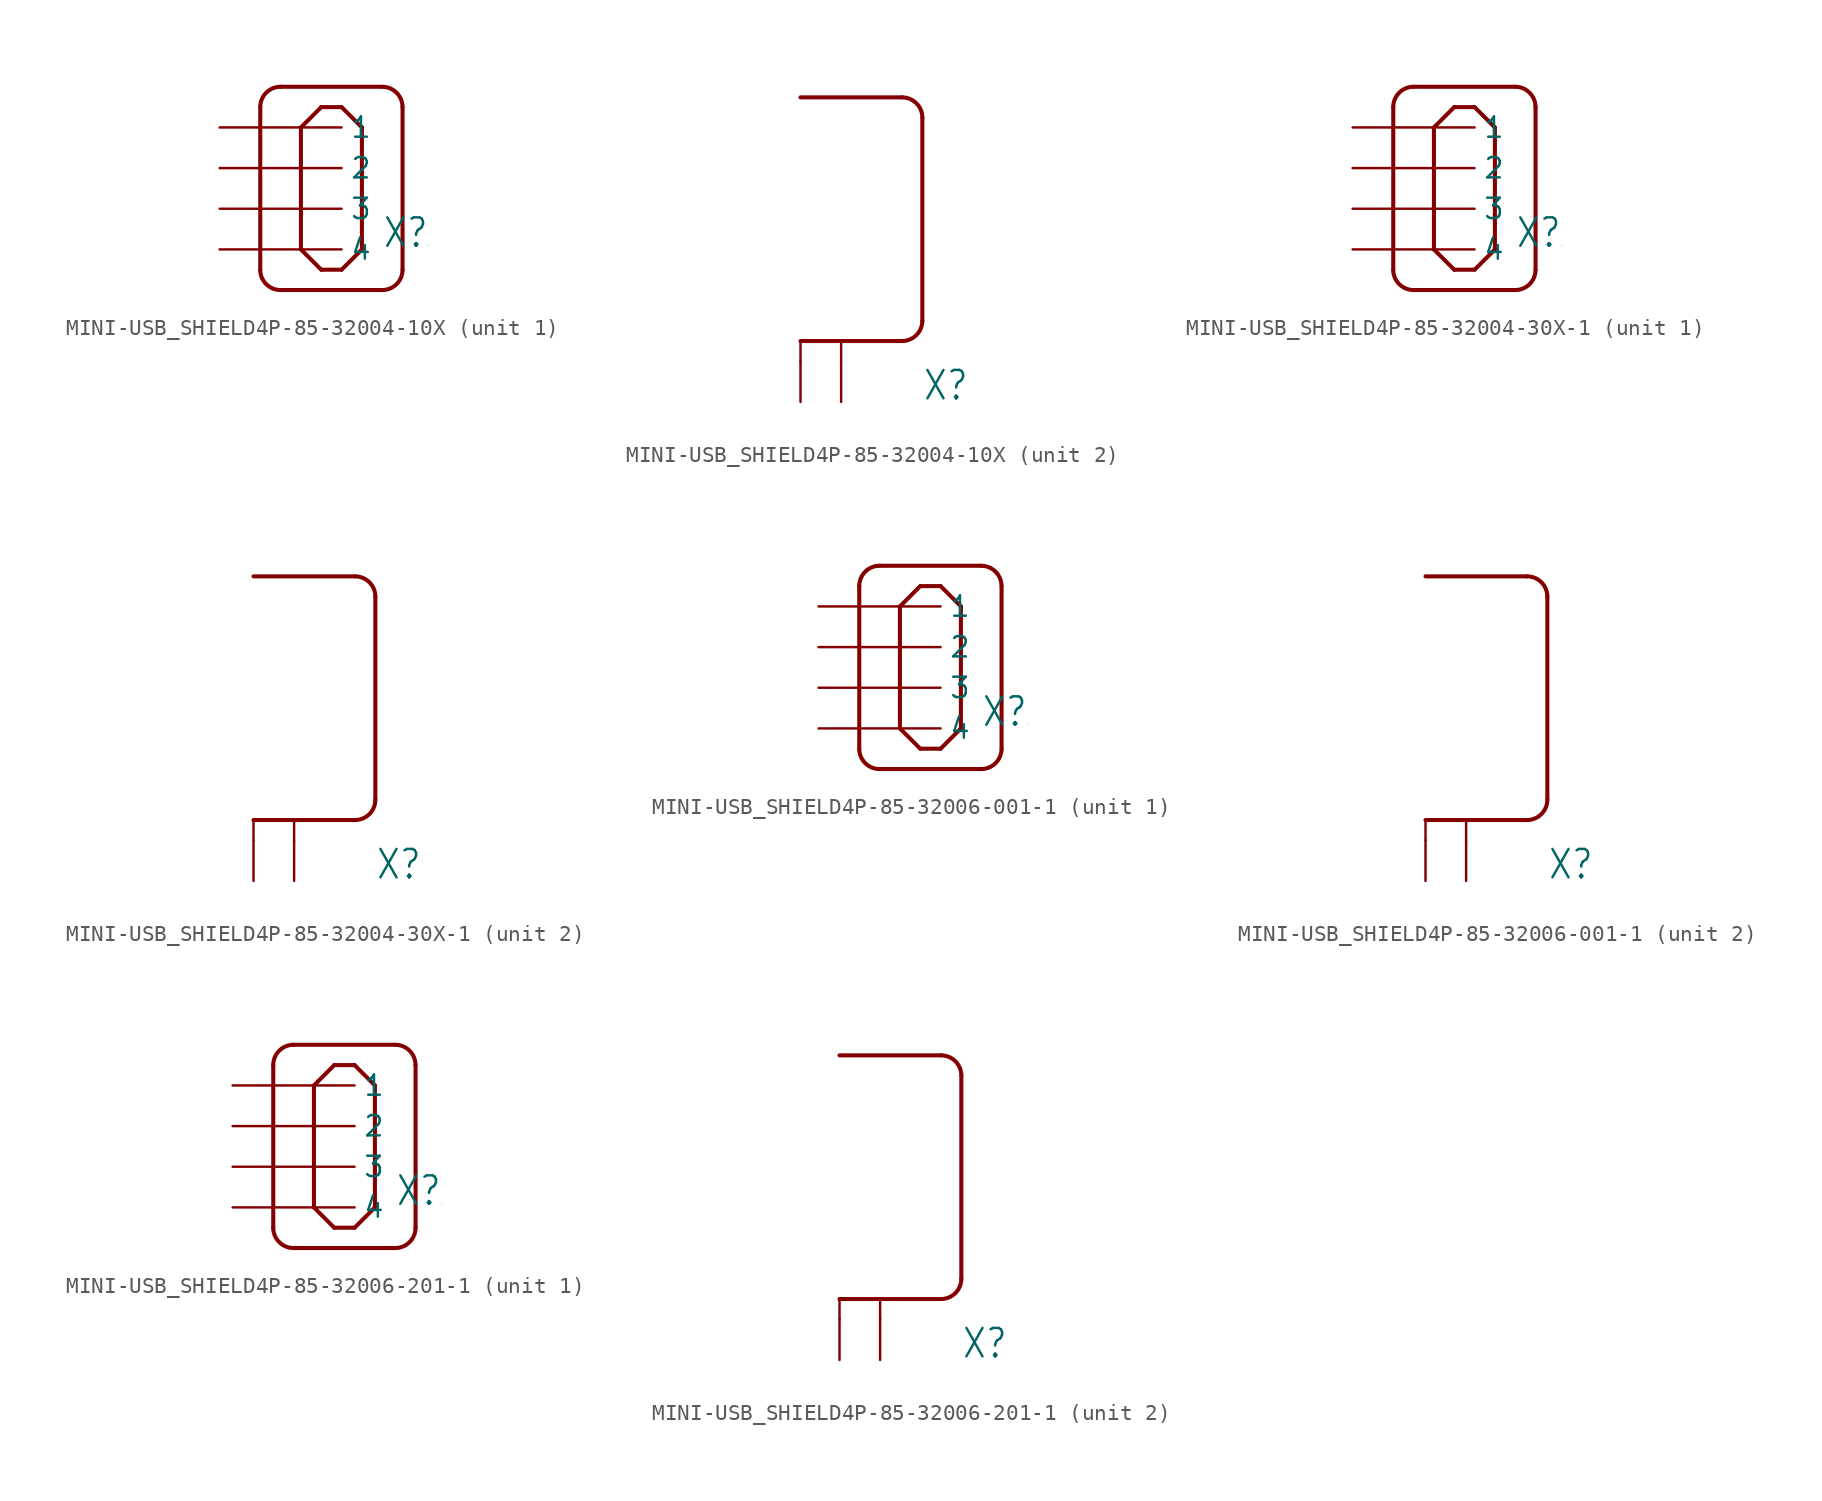
<source format=kicad_sym>
(kicad_symbol_lib
  (version 20231120)
  (generator "kicad_symbol_editor")
  (generator_version "8.0")
  (symbol "MINI-USB_SHIELD4P-85-32004-10X"
    (property "Reference" "X"
      (at 5.08 -2.54 0)
      (effects (font (size 1.778 1.511)) (justify left bottom)))
    (property "ki_locked" ""
      (at 0 0 0)
      (effects (font (size 1.27 1.27))))
    (symbol "MINI-USB_SHIELD4P-85-32004-10X_1_0"
      (arc (start -2.54 -3.81) (mid -2.168 -4.708) (end -1.27 -5.08) (stroke (width 0.254) (type solid)) (fill (type none)))
      (arc (start -1.27 7.62) (mid -2.168 7.248) (end -2.54 6.35) (stroke (width 0.254) (type solid)) (fill (type none)))
      (polyline (pts (xy -2.54 6.35) (xy -2.54 -3.81)) (stroke (width 0.254) (type solid)) (fill (type none)))
      (polyline (pts (xy -1.27 -5.08) (xy 5.08 -5.08)) (stroke (width 0.254) (type solid)) (fill (type none)))
      (polyline (pts (xy -1.27 7.62) (xy 5.08 7.62)) (stroke (width 0.254) (type solid)) (fill (type none)))
      (polyline (pts (xy 0 -2.54) (xy 1.27 -3.81)) (stroke (width 0.254) (type solid)) (fill (type none)))
      (polyline (pts (xy 0 5.08) (xy 0 -2.54)) (stroke (width 0.254) (type solid)) (fill (type none)))
      (polyline (pts (xy 1.27 -3.81) (xy 2.54 -3.81)) (stroke (width 0.254) (type solid)) (fill (type none)))
      (polyline (pts (xy 1.27 6.35) (xy 0 5.08)) (stroke (width 0.254) (type solid)) (fill (type none)))
      (polyline (pts (xy 2.54 -3.81) (xy 3.81 -2.54)) (stroke (width 0.254) (type solid)) (fill (type none)))
      (polyline (pts (xy 2.54 6.35) (xy 1.27 6.35)) (stroke (width 0.254) (type solid)) (fill (type none)))
      (polyline (pts (xy 2.54 6.35) (xy 3.81 5.08)) (stroke (width 0.254) (type solid)) (fill (type none)))
      (polyline (pts (xy 3.81 -2.54) (xy 3.81 5.08)) (stroke (width 0.254) (type solid)) (fill (type none)))
      (polyline (pts (xy 6.35 -3.81) (xy 6.35 6.35)) (stroke (width 0.254) (type solid)) (fill (type none)))
      (arc (start 5.08 -5.08) (mid 5.978 -4.708) (end 6.35 -3.81) (stroke (width 0.254) (type solid)) (fill (type none)))
      (arc (start 6.35 6.35) (mid 5.978 7.248) (end 5.08 7.62) (stroke (width 0.254) (type solid)) (fill (type none)))
      (pin passive line (at -5.08 5.08 0) (length 7.62) (name "1" (effects (font (size 1.27 1.27)))) (number "1" (effects (font (size 0 0)))))
      (pin passive line (at -5.08 2.54 0) (length 7.62) (name "2" (effects (font (size 1.27 1.27)))) (number "2" (effects (font (size 0 0)))))
      (pin passive line (at -5.08 0 0) (length 7.62) (name "3" (effects (font (size 1.27 1.27)))) (number "3" (effects (font (size 0 0)))))
      (pin passive line (at -5.08 -2.54 0) (length 7.62) (name "4" (effects (font (size 1.27 1.27)))) (number "4" (effects (font (size 0 0))))))
    (symbol "MINI-USB_SHIELD4P-85-32004-10X_2_0"
      (polyline (pts (xy -2.54 0) (xy -2.54 1.27)) (stroke (width 0.152) (type solid)) (fill (type none)))
      (polyline (pts (xy -2.54 1.27) (xy 0 1.27)) (stroke (width 0.254) (type solid)) (fill (type none)))
      (polyline (pts (xy -2.54 16.51) (xy 3.81 16.51)) (stroke (width 0.254) (type solid)) (fill (type none)))
      (polyline (pts (xy 0 0) (xy 0 1.27)) (stroke (width 0.152) (type solid)) (fill (type none)))
      (polyline (pts (xy 0 1.27) (xy 3.81 1.27)) (stroke (width 0.254) (type solid)) (fill (type none)))
      (polyline (pts (xy 5.08 2.54) (xy 5.08 15.24)) (stroke (width 0.254) (type solid)) (fill (type none)))
      (arc (start 3.81 1.27) (mid 4.708 1.642) (end 5.08 2.54) (stroke (width 0.254) (type solid)) (fill (type none)))
      (arc (start 5.08 15.24) (mid 4.708 16.138) (end 3.81 16.51) (stroke (width 0.254) (type solid)) (fill (type none)))
      (pin passive line (at -2.54 -2.54 90) (length 2.54) (name "S1" (effects (font (size 0 0)))) (number "M1" (effects (font (size 0 0)))))
      (pin passive line (at 0 -2.54 90) (length 2.54) (name "S2" (effects (font (size 0 0)))) (number "M2" (effects (font (size 0 0)))))))
  (symbol "MINI-USB_SHIELD4P-85-32004-30X-1"
    (property "Reference" "X"
      (at 5.08 -2.54 0)
      (effects (font (size 1.778 1.511)) (justify left bottom)))
    (property "ki_locked" ""
      (at 0 0 0)
      (effects (font (size 1.27 1.27))))
    (symbol "MINI-USB_SHIELD4P-85-32004-30X-1_1_0"
      (arc (start -2.54 -3.81) (mid -2.168 -4.708) (end -1.27 -5.08) (stroke (width 0.254) (type solid)) (fill (type none)))
      (arc (start -1.27 7.62) (mid -2.168 7.248) (end -2.54 6.35) (stroke (width 0.254) (type solid)) (fill (type none)))
      (polyline (pts (xy -2.54 6.35) (xy -2.54 -3.81)) (stroke (width 0.254) (type solid)) (fill (type none)))
      (polyline (pts (xy -1.27 -5.08) (xy 5.08 -5.08)) (stroke (width 0.254) (type solid)) (fill (type none)))
      (polyline (pts (xy -1.27 7.62) (xy 5.08 7.62)) (stroke (width 0.254) (type solid)) (fill (type none)))
      (polyline (pts (xy 0 -2.54) (xy 1.27 -3.81)) (stroke (width 0.254) (type solid)) (fill (type none)))
      (polyline (pts (xy 0 5.08) (xy 0 -2.54)) (stroke (width 0.254) (type solid)) (fill (type none)))
      (polyline (pts (xy 1.27 -3.81) (xy 2.54 -3.81)) (stroke (width 0.254) (type solid)) (fill (type none)))
      (polyline (pts (xy 1.27 6.35) (xy 0 5.08)) (stroke (width 0.254) (type solid)) (fill (type none)))
      (polyline (pts (xy 2.54 -3.81) (xy 3.81 -2.54)) (stroke (width 0.254) (type solid)) (fill (type none)))
      (polyline (pts (xy 2.54 6.35) (xy 1.27 6.35)) (stroke (width 0.254) (type solid)) (fill (type none)))
      (polyline (pts (xy 2.54 6.35) (xy 3.81 5.08)) (stroke (width 0.254) (type solid)) (fill (type none)))
      (polyline (pts (xy 3.81 -2.54) (xy 3.81 5.08)) (stroke (width 0.254) (type solid)) (fill (type none)))
      (polyline (pts (xy 6.35 -3.81) (xy 6.35 6.35)) (stroke (width 0.254) (type solid)) (fill (type none)))
      (arc (start 5.08 -5.08) (mid 5.978 -4.708) (end 6.35 -3.81) (stroke (width 0.254) (type solid)) (fill (type none)))
      (arc (start 6.35 6.35) (mid 5.978 7.248) (end 5.08 7.62) (stroke (width 0.254) (type solid)) (fill (type none)))
      (pin passive line (at -5.08 5.08 0) (length 7.62) (name "1" (effects (font (size 1.27 1.27)))) (number "1" (effects (font (size 0 0)))))
      (pin passive line (at -5.08 2.54 0) (length 7.62) (name "2" (effects (font (size 1.27 1.27)))) (number "2" (effects (font (size 0 0)))))
      (pin passive line (at -5.08 0 0) (length 7.62) (name "3" (effects (font (size 1.27 1.27)))) (number "3" (effects (font (size 0 0)))))
      (pin passive line (at -5.08 -2.54 0) (length 7.62) (name "4" (effects (font (size 1.27 1.27)))) (number "4" (effects (font (size 0 0))))))
    (symbol "MINI-USB_SHIELD4P-85-32004-30X-1_2_0"
      (polyline (pts (xy -2.54 0) (xy -2.54 1.27)) (stroke (width 0.152) (type solid)) (fill (type none)))
      (polyline (pts (xy -2.54 1.27) (xy 0 1.27)) (stroke (width 0.254) (type solid)) (fill (type none)))
      (polyline (pts (xy -2.54 16.51) (xy 3.81 16.51)) (stroke (width 0.254) (type solid)) (fill (type none)))
      (polyline (pts (xy 0 0) (xy 0 1.27)) (stroke (width 0.152) (type solid)) (fill (type none)))
      (polyline (pts (xy 0 1.27) (xy 3.81 1.27)) (stroke (width 0.254) (type solid)) (fill (type none)))
      (polyline (pts (xy 5.08 2.54) (xy 5.08 15.24)) (stroke (width 0.254) (type solid)) (fill (type none)))
      (arc (start 3.81 1.27) (mid 4.708 1.642) (end 5.08 2.54) (stroke (width 0.254) (type solid)) (fill (type none)))
      (arc (start 5.08 15.24) (mid 4.708 16.138) (end 3.81 16.51) (stroke (width 0.254) (type solid)) (fill (type none)))
      (pin passive line (at -2.54 -2.54 90) (length 2.54) (name "S1" (effects (font (size 0 0)))) (number "M1" (effects (font (size 0 0)))))
      (pin passive line (at 0 -2.54 90) (length 2.54) (name "S2" (effects (font (size 0 0)))) (number "M2" (effects (font (size 0 0)))))))
  (symbol "MINI-USB_SHIELD4P-85-32006-001-1"
    (property "Reference" "X"
      (at 5.08 -2.54 0)
      (effects (font (size 1.778 1.511)) (justify left bottom)))
    (property "ki_locked" ""
      (at 0 0 0)
      (effects (font (size 1.27 1.27))))
    (symbol "MINI-USB_SHIELD4P-85-32006-001-1_1_0"
      (arc (start -2.54 -3.81) (mid -2.168 -4.708) (end -1.27 -5.08) (stroke (width 0.254) (type solid)) (fill (type none)))
      (arc (start -1.27 7.62) (mid -2.168 7.248) (end -2.54 6.35) (stroke (width 0.254) (type solid)) (fill (type none)))
      (polyline (pts (xy -2.54 6.35) (xy -2.54 -3.81)) (stroke (width 0.254) (type solid)) (fill (type none)))
      (polyline (pts (xy -1.27 -5.08) (xy 5.08 -5.08)) (stroke (width 0.254) (type solid)) (fill (type none)))
      (polyline (pts (xy -1.27 7.62) (xy 5.08 7.62)) (stroke (width 0.254) (type solid)) (fill (type none)))
      (polyline (pts (xy 0 -2.54) (xy 1.27 -3.81)) (stroke (width 0.254) (type solid)) (fill (type none)))
      (polyline (pts (xy 0 5.08) (xy 0 -2.54)) (stroke (width 0.254) (type solid)) (fill (type none)))
      (polyline (pts (xy 1.27 -3.81) (xy 2.54 -3.81)) (stroke (width 0.254) (type solid)) (fill (type none)))
      (polyline (pts (xy 1.27 6.35) (xy 0 5.08)) (stroke (width 0.254) (type solid)) (fill (type none)))
      (polyline (pts (xy 2.54 -3.81) (xy 3.81 -2.54)) (stroke (width 0.254) (type solid)) (fill (type none)))
      (polyline (pts (xy 2.54 6.35) (xy 1.27 6.35)) (stroke (width 0.254) (type solid)) (fill (type none)))
      (polyline (pts (xy 2.54 6.35) (xy 3.81 5.08)) (stroke (width 0.254) (type solid)) (fill (type none)))
      (polyline (pts (xy 3.81 -2.54) (xy 3.81 5.08)) (stroke (width 0.254) (type solid)) (fill (type none)))
      (polyline (pts (xy 6.35 -3.81) (xy 6.35 6.35)) (stroke (width 0.254) (type solid)) (fill (type none)))
      (arc (start 5.08 -5.08) (mid 5.978 -4.708) (end 6.35 -3.81) (stroke (width 0.254) (type solid)) (fill (type none)))
      (arc (start 6.35 6.35) (mid 5.978 7.248) (end 5.08 7.62) (stroke (width 0.254) (type solid)) (fill (type none)))
      (pin passive line (at -5.08 5.08 0) (length 7.62) (name "1" (effects (font (size 1.27 1.27)))) (number "1" (effects (font (size 0 0)))))
      (pin passive line (at -5.08 2.54 0) (length 7.62) (name "2" (effects (font (size 1.27 1.27)))) (number "2" (effects (font (size 0 0)))))
      (pin passive line (at -5.08 0 0) (length 7.62) (name "3" (effects (font (size 1.27 1.27)))) (number "3" (effects (font (size 0 0)))))
      (pin passive line (at -5.08 -2.54 0) (length 7.62) (name "4" (effects (font (size 1.27 1.27)))) (number "4" (effects (font (size 0 0))))))
    (symbol "MINI-USB_SHIELD4P-85-32006-001-1_2_0"
      (polyline (pts (xy -2.54 0) (xy -2.54 1.27)) (stroke (width 0.152) (type solid)) (fill (type none)))
      (polyline (pts (xy -2.54 1.27) (xy 0 1.27)) (stroke (width 0.254) (type solid)) (fill (type none)))
      (polyline (pts (xy -2.54 16.51) (xy 3.81 16.51)) (stroke (width 0.254) (type solid)) (fill (type none)))
      (polyline (pts (xy 0 0) (xy 0 1.27)) (stroke (width 0.152) (type solid)) (fill (type none)))
      (polyline (pts (xy 0 1.27) (xy 3.81 1.27)) (stroke (width 0.254) (type solid)) (fill (type none)))
      (polyline (pts (xy 5.08 2.54) (xy 5.08 15.24)) (stroke (width 0.254) (type solid)) (fill (type none)))
      (arc (start 3.81 1.27) (mid 4.708 1.642) (end 5.08 2.54) (stroke (width 0.254) (type solid)) (fill (type none)))
      (arc (start 5.08 15.24) (mid 4.708 16.138) (end 3.81 16.51) (stroke (width 0.254) (type solid)) (fill (type none)))
      (pin passive line (at -2.54 -2.54 90) (length 2.54) (name "S1" (effects (font (size 0 0)))) (number "M1" (effects (font (size 0 0)))))
      (pin passive line (at 0 -2.54 90) (length 2.54) (name "S2" (effects (font (size 0 0)))) (number "M2" (effects (font (size 0 0)))))))
  (symbol "MINI-USB_SHIELD4P-85-32006-201-1"
    (property "Reference" "X"
      (at 5.08 -2.54 0)
      (effects (font (size 1.778 1.511)) (justify left bottom)))
    (property "ki_locked" ""
      (at 0 0 0)
      (effects (font (size 1.27 1.27))))
    (symbol "MINI-USB_SHIELD4P-85-32006-201-1_1_0"
      (arc (start -2.54 -3.81) (mid -2.168 -4.708) (end -1.27 -5.08) (stroke (width 0.254) (type solid)) (fill (type none)))
      (arc (start -1.27 7.62) (mid -2.168 7.248) (end -2.54 6.35) (stroke (width 0.254) (type solid)) (fill (type none)))
      (polyline (pts (xy -2.54 6.35) (xy -2.54 -3.81)) (stroke (width 0.254) (type solid)) (fill (type none)))
      (polyline (pts (xy -1.27 -5.08) (xy 5.08 -5.08)) (stroke (width 0.254) (type solid)) (fill (type none)))
      (polyline (pts (xy -1.27 7.62) (xy 5.08 7.62)) (stroke (width 0.254) (type solid)) (fill (type none)))
      (polyline (pts (xy 0 -2.54) (xy 1.27 -3.81)) (stroke (width 0.254) (type solid)) (fill (type none)))
      (polyline (pts (xy 0 5.08) (xy 0 -2.54)) (stroke (width 0.254) (type solid)) (fill (type none)))
      (polyline (pts (xy 1.27 -3.81) (xy 2.54 -3.81)) (stroke (width 0.254) (type solid)) (fill (type none)))
      (polyline (pts (xy 1.27 6.35) (xy 0 5.08)) (stroke (width 0.254) (type solid)) (fill (type none)))
      (polyline (pts (xy 2.54 -3.81) (xy 3.81 -2.54)) (stroke (width 0.254) (type solid)) (fill (type none)))
      (polyline (pts (xy 2.54 6.35) (xy 1.27 6.35)) (stroke (width 0.254) (type solid)) (fill (type none)))
      (polyline (pts (xy 2.54 6.35) (xy 3.81 5.08)) (stroke (width 0.254) (type solid)) (fill (type none)))
      (polyline (pts (xy 3.81 -2.54) (xy 3.81 5.08)) (stroke (width 0.254) (type solid)) (fill (type none)))
      (polyline (pts (xy 6.35 -3.81) (xy 6.35 6.35)) (stroke (width 0.254) (type solid)) (fill (type none)))
      (arc (start 5.08 -5.08) (mid 5.978 -4.708) (end 6.35 -3.81) (stroke (width 0.254) (type solid)) (fill (type none)))
      (arc (start 6.35 6.35) (mid 5.978 7.248) (end 5.08 7.62) (stroke (width 0.254) (type solid)) (fill (type none)))
      (pin passive line (at -5.08 5.08 0) (length 7.62) (name "1" (effects (font (size 1.27 1.27)))) (number "1" (effects (font (size 0 0)))))
      (pin passive line (at -5.08 2.54 0) (length 7.62) (name "2" (effects (font (size 1.27 1.27)))) (number "2" (effects (font (size 0 0)))))
      (pin passive line (at -5.08 0 0) (length 7.62) (name "3" (effects (font (size 1.27 1.27)))) (number "3" (effects (font (size 0 0)))))
      (pin passive line (at -5.08 -2.54 0) (length 7.62) (name "4" (effects (font (size 1.27 1.27)))) (number "4" (effects (font (size 0 0))))))
    (symbol "MINI-USB_SHIELD4P-85-32006-201-1_2_0"
      (polyline (pts (xy -2.54 0) (xy -2.54 1.27)) (stroke (width 0.152) (type solid)) (fill (type none)))
      (polyline (pts (xy -2.54 1.27) (xy 0 1.27)) (stroke (width 0.254) (type solid)) (fill (type none)))
      (polyline (pts (xy -2.54 16.51) (xy 3.81 16.51)) (stroke (width 0.254) (type solid)) (fill (type none)))
      (polyline (pts (xy 0 0) (xy 0 1.27)) (stroke (width 0.152) (type solid)) (fill (type none)))
      (polyline (pts (xy 0 1.27) (xy 3.81 1.27)) (stroke (width 0.254) (type solid)) (fill (type none)))
      (polyline (pts (xy 5.08 2.54) (xy 5.08 15.24)) (stroke (width 0.254) (type solid)) (fill (type none)))
      (arc (start 3.81 1.27) (mid 4.708 1.642) (end 5.08 2.54) (stroke (width 0.254) (type solid)) (fill (type none)))
      (arc (start 5.08 15.24) (mid 4.708 16.138) (end 3.81 16.51) (stroke (width 0.254) (type solid)) (fill (type none)))
      (pin passive line (at -2.54 -2.54 90) (length 2.54) (name "S1" (effects (font (size 0 0)))) (number "M1" (effects (font (size 0 0)))))
      (pin passive line (at 0 -2.54 90) (length 2.54) (name "S2" (effects (font (size 0 0)))) (number "M2" (effects (font (size 0 0))))))))
</source>
